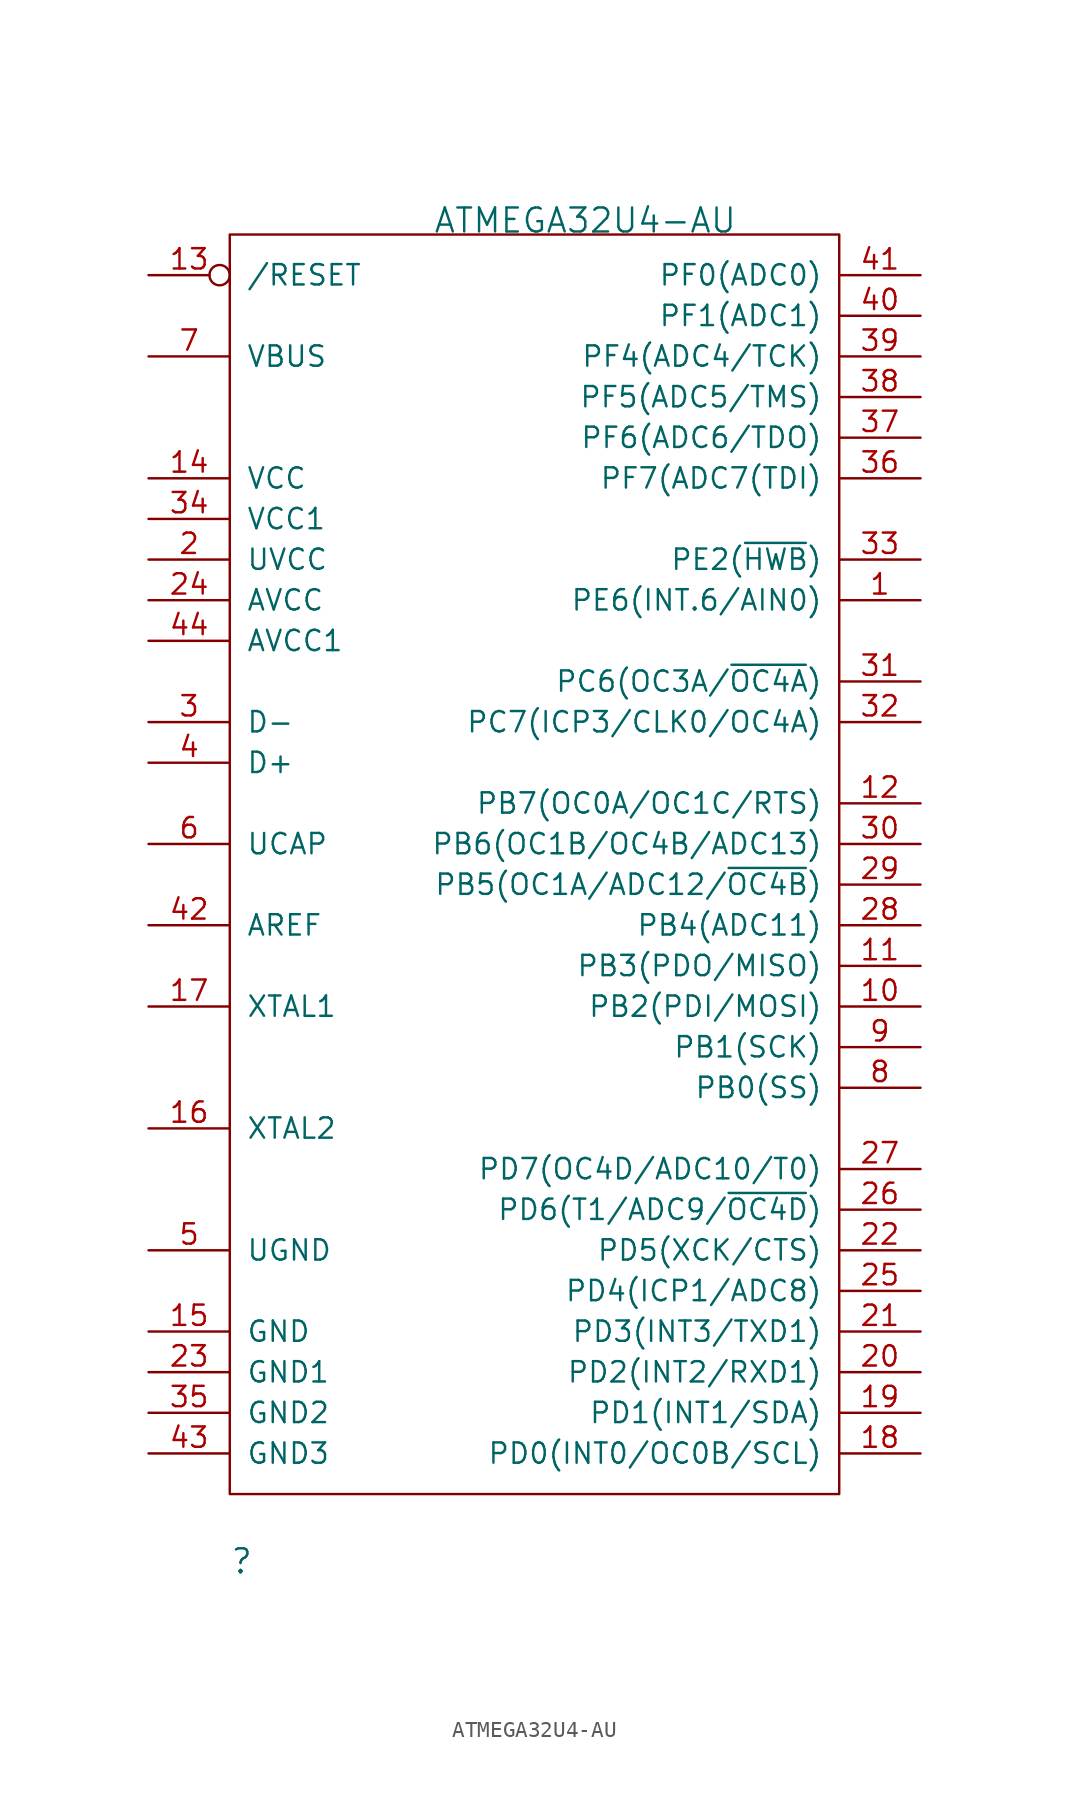
<source format=kicad_sym>
(kicad_symbol_lib
  (version 20211014)
  (generator kicad_symbol_editor)
  (symbol "ATMEGA32U4-AU"
    (pin_names
      (offset 1.016))
    (property "Reference" ""
      (at -17.78 -38.1 0)
      (effects (font (size 1.499 1.499)) (justify left bottom)))
    (property "Value" "ATMEGA32U4-AU"
      (at -5.08 45.72 0)
      (effects (font (size 1.499 1.499)) (justify left bottom)))
    (property "ki_locked" ""
      (at 0 0 0)
      (effects (font (size 1.27 1.27))))
    (symbol "ATMEGA32U4-AU_1_0"
      (rectangle (start -17.78 45.72) (end 20.32 -33.02) (stroke (width 0) (type default) (color 0 0 0 0)) (fill (type none)))
      (pin bidirectional line (at 25.4 22.86 180) (length 5.08) (name "PE6(INT.6/AIN0)" (effects (font (size 1.27 1.27)))) (number "1" (effects (font (size 1.27 1.27)))))
      (pin bidirectional line (at 25.4 -2.54 180) (length 5.08) (name "PB2(PDI/MOSI)" (effects (font (size 1.27 1.27)))) (number "10" (effects (font (size 1.27 1.27)))))
      (pin bidirectional line (at 25.4 0 180) (length 5.08) (name "PB3(PDO/MISO)" (effects (font (size 1.27 1.27)))) (number "11" (effects (font (size 1.27 1.27)))))
      (pin bidirectional line (at 25.4 10.16 180) (length 5.08) (name "PB7(OC0A/OC1C/RTS)" (effects (font (size 1.27 1.27)))) (number "12" (effects (font (size 1.27 1.27)))))
      (pin bidirectional inverted (at -22.86 43.18 0) (length 5.08) (name "/RESET" (effects (font (size 1.27 1.27)))) (number "13" (effects (font (size 1.27 1.27)))))
      (pin bidirectional line (at -22.86 30.48 0) (length 5.08) (name "VCC" (effects (font (size 1.27 1.27)))) (number "14" (effects (font (size 1.27 1.27)))))
      (pin bidirectional line (at -22.86 -22.86 0) (length 5.08) (name "GND" (effects (font (size 1.27 1.27)))) (number "15" (effects (font (size 1.27 1.27)))))
      (pin bidirectional line (at -22.86 -10.16 0) (length 5.08) (name "XTAL2" (effects (font (size 1.27 1.27)))) (number "16" (effects (font (size 1.27 1.27)))))
      (pin bidirectional line (at -22.86 -2.54 0) (length 5.08) (name "XTAL1" (effects (font (size 1.27 1.27)))) (number "17" (effects (font (size 1.27 1.27)))))
      (pin bidirectional line (at 25.4 -30.48 180) (length 5.08) (name "PD0(INT0/OC0B/SCL)" (effects (font (size 1.27 1.27)))) (number "18" (effects (font (size 1.27 1.27)))))
      (pin bidirectional line (at 25.4 -27.94 180) (length 5.08) (name "PD1(INT1/SDA)" (effects (font (size 1.27 1.27)))) (number "19" (effects (font (size 1.27 1.27)))))
      (pin bidirectional line (at -22.86 25.4 0) (length 5.08) (name "UVCC" (effects (font (size 1.27 1.27)))) (number "2" (effects (font (size 1.27 1.27)))))
      (pin bidirectional line (at 25.4 -25.4 180) (length 5.08) (name "PD2(INT2/RXD1)" (effects (font (size 1.27 1.27)))) (number "20" (effects (font (size 1.27 1.27)))))
      (pin bidirectional line (at 25.4 -22.86 180) (length 5.08) (name "PD3(INT3/TXD1)" (effects (font (size 1.27 1.27)))) (number "21" (effects (font (size 1.27 1.27)))))
      (pin bidirectional line (at 25.4 -17.78 180) (length 5.08) (name "PD5(XCK/CTS)" (effects (font (size 1.27 1.27)))) (number "22" (effects (font (size 1.27 1.27)))))
      (pin bidirectional line (at -22.86 -25.4 0) (length 5.08) (name "GND1" (effects (font (size 1.27 1.27)))) (number "23" (effects (font (size 1.27 1.27)))))
      (pin bidirectional line (at -22.86 22.86 0) (length 5.08) (name "AVCC" (effects (font (size 1.27 1.27)))) (number "24" (effects (font (size 1.27 1.27)))))
      (pin bidirectional line (at 25.4 -20.32 180) (length 5.08) (name "PD4(ICP1/ADC8)" (effects (font (size 1.27 1.27)))) (number "25" (effects (font (size 1.27 1.27)))))
      (pin bidirectional line (at 25.4 -15.24 180) (length 5.08) (name "PD6(T1/ADC9/~{OC4D})" (effects (font (size 1.27 1.27)))) (number "26" (effects (font (size 1.27 1.27)))))
      (pin bidirectional line (at 25.4 -12.7 180) (length 5.08) (name "PD7(OC4D/ADC10/T0)" (effects (font (size 1.27 1.27)))) (number "27" (effects (font (size 1.27 1.27)))))
      (pin bidirectional line (at 25.4 2.54 180) (length 5.08) (name "PB4(ADC11)" (effects (font (size 1.27 1.27)))) (number "28" (effects (font (size 1.27 1.27)))))
      (pin bidirectional line (at 25.4 5.08 180) (length 5.08) (name "PB5(OC1A/ADC12/~{OC4B})" (effects (font (size 1.27 1.27)))) (number "29" (effects (font (size 1.27 1.27)))))
      (pin bidirectional line (at -22.86 15.24 0) (length 5.08) (name "D-" (effects (font (size 1.27 1.27)))) (number "3" (effects (font (size 1.27 1.27)))))
      (pin bidirectional line (at 25.4 7.62 180) (length 5.08) (name "PB6(OC1B/OC4B/ADC13)" (effects (font (size 1.27 1.27)))) (number "30" (effects (font (size 1.27 1.27)))))
      (pin bidirectional line (at 25.4 17.78 180) (length 5.08) (name "PC6(OC3A/~{OC4A})" (effects (font (size 1.27 1.27)))) (number "31" (effects (font (size 1.27 1.27)))))
      (pin bidirectional line (at 25.4 15.24 180) (length 5.08) (name "PC7(ICP3/CLK0/OC4A)" (effects (font (size 1.27 1.27)))) (number "32" (effects (font (size 1.27 1.27)))))
      (pin bidirectional line (at 25.4 25.4 180) (length 5.08) (name "PE2(~{HWB})" (effects (font (size 1.27 1.27)))) (number "33" (effects (font (size 1.27 1.27)))))
      (pin bidirectional line (at -22.86 27.94 0) (length 5.08) (name "VCC1" (effects (font (size 1.27 1.27)))) (number "34" (effects (font (size 1.27 1.27)))))
      (pin bidirectional line (at -22.86 -27.94 0) (length 5.08) (name "GND2" (effects (font (size 1.27 1.27)))) (number "35" (effects (font (size 1.27 1.27)))))
      (pin bidirectional line (at 25.4 30.48 180) (length 5.08) (name "PF7(ADC7(TDI)" (effects (font (size 1.27 1.27)))) (number "36" (effects (font (size 1.27 1.27)))))
      (pin bidirectional line (at 25.4 33.02 180) (length 5.08) (name "PF6(ADC6/TDO)" (effects (font (size 1.27 1.27)))) (number "37" (effects (font (size 1.27 1.27)))))
      (pin bidirectional line (at 25.4 35.56 180) (length 5.08) (name "PF5(ADC5/TMS)" (effects (font (size 1.27 1.27)))) (number "38" (effects (font (size 1.27 1.27)))))
      (pin bidirectional line (at 25.4 38.1 180) (length 5.08) (name "PF4(ADC4/TCK)" (effects (font (size 1.27 1.27)))) (number "39" (effects (font (size 1.27 1.27)))))
      (pin bidirectional line (at -22.86 12.7 0) (length 5.08) (name "D+" (effects (font (size 1.27 1.27)))) (number "4" (effects (font (size 1.27 1.27)))))
      (pin bidirectional line (at 25.4 40.64 180) (length 5.08) (name "PF1(ADC1)" (effects (font (size 1.27 1.27)))) (number "40" (effects (font (size 1.27 1.27)))))
      (pin bidirectional line (at 25.4 43.18 180) (length 5.08) (name "PF0(ADC0)" (effects (font (size 1.27 1.27)))) (number "41" (effects (font (size 1.27 1.27)))))
      (pin bidirectional line (at -22.86 2.54 0) (length 5.08) (name "AREF" (effects (font (size 1.27 1.27)))) (number "42" (effects (font (size 1.27 1.27)))))
      (pin bidirectional line (at -22.86 -30.48 0) (length 5.08) (name "GND3" (effects (font (size 1.27 1.27)))) (number "43" (effects (font (size 1.27 1.27)))))
      (pin bidirectional line (at -22.86 20.32 0) (length 5.08) (name "AVCC1" (effects (font (size 1.27 1.27)))) (number "44" (effects (font (size 1.27 1.27)))))
      (pin bidirectional line (at -22.86 -17.78 0) (length 5.08) (name "UGND" (effects (font (size 1.27 1.27)))) (number "5" (effects (font (size 1.27 1.27)))))
      (pin bidirectional line (at -22.86 7.62 0) (length 5.08) (name "UCAP" (effects (font (size 1.27 1.27)))) (number "6" (effects (font (size 1.27 1.27)))))
      (pin bidirectional line (at -22.86 38.1 0) (length 5.08) (name "VBUS" (effects (font (size 1.27 1.27)))) (number "7" (effects (font (size 1.27 1.27)))))
      (pin bidirectional line (at 25.4 -7.62 180) (length 5.08) (name "PB0(SS)" (effects (font (size 1.27 1.27)))) (number "8" (effects (font (size 1.27 1.27)))))
      (pin bidirectional line (at 25.4 -5.08 180) (length 5.08) (name "PB1(SCK)" (effects (font (size 1.27 1.27)))) (number "9" (effects (font (size 1.27 1.27))))))))
</source>
